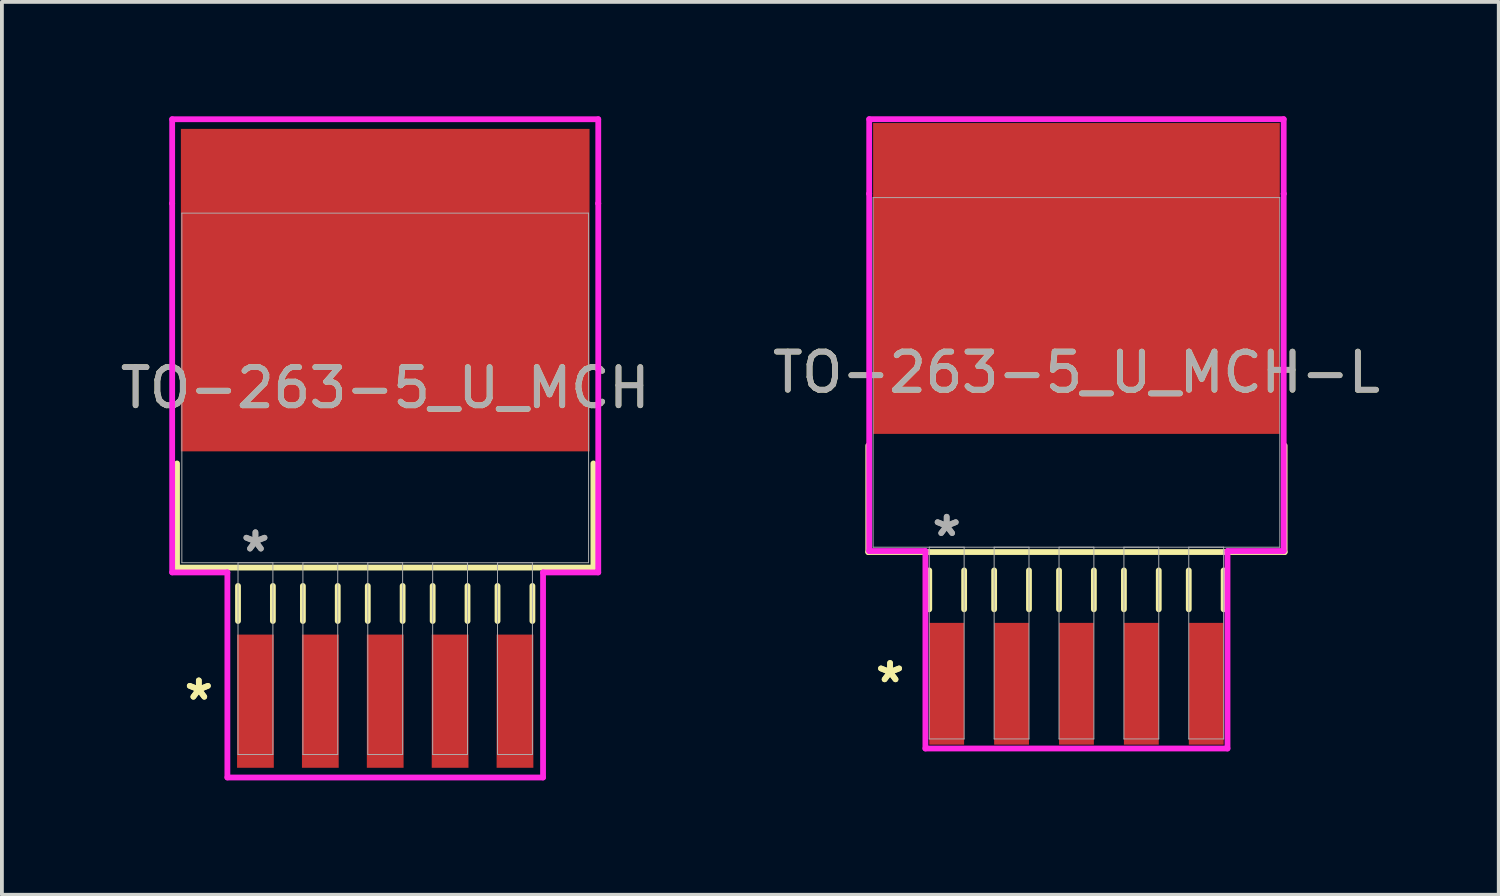
<source format=kicad_pcb>
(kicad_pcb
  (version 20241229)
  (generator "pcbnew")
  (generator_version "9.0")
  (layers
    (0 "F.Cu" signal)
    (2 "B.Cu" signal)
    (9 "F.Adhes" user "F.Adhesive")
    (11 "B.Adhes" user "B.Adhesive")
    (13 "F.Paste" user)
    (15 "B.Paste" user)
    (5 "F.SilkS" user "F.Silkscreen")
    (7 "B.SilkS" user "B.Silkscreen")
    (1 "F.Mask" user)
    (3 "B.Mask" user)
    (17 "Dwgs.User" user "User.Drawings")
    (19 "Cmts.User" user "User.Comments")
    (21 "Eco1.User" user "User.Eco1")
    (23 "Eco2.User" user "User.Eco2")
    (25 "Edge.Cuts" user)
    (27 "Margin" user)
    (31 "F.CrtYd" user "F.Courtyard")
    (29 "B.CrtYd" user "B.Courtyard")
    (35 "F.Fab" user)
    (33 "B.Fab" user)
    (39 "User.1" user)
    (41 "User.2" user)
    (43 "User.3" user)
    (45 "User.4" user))
  (footprint "TO-263-5_U_MCH-L"
    (layer "F.Cu")
    (at 25.185 6.718)
    (property "Reference" "TO-263-5_U_MCH-L" (at 0 0 0) (unlocked yes) (layer "F.SilkS") (effects (font (size 1 1) (thickness 0.15))))
    (attr smd)
    (fp_line (start -5.461 1.92) (end -5.461 4.712) (stroke (width 0.152) (type solid)) (layer "F.SilkS"))
    (fp_line (start -5.461 4.712) (end 5.461 4.712) (stroke (width 0.152) (type solid)) (layer "F.SilkS"))
    (fp_line (start -3.861 5.194) (end -3.861 6.214) (stroke (width 0.152) (type solid)) (layer "F.SilkS"))
    (fp_line (start -2.946 5.194) (end -2.946 6.214) (stroke (width 0.152) (type solid)) (layer "F.SilkS"))
    (fp_line (start -2.159 5.194) (end -2.159 6.214) (stroke (width 0.152) (type solid)) (layer "F.SilkS"))
    (fp_line (start -1.245 5.194) (end -1.245 6.214) (stroke (width 0.152) (type solid)) (layer "F.SilkS"))
    (fp_line (start -0.457 5.194) (end -0.457 6.214) (stroke (width 0.152) (type solid)) (layer "F.SilkS"))
    (fp_line (start 0.457 5.194) (end 0.457 6.214) (stroke (width 0.152) (type solid)) (layer "F.SilkS"))
    (fp_line (start 1.245 5.194) (end 1.245 6.214) (stroke (width 0.152) (type solid)) (layer "F.SilkS"))
    (fp_line (start 2.159 5.194) (end 2.159 6.214) (stroke (width 0.152) (type solid)) (layer "F.SilkS"))
    (fp_line (start 2.946 5.194) (end 2.946 6.214) (stroke (width 0.152) (type solid)) (layer "F.SilkS"))
    (fp_line (start 3.861 5.194) (end 3.861 6.214) (stroke (width 0.152) (type solid)) (layer "F.SilkS"))
    (fp_line (start 5.461 4.712) (end 5.461 1.92) (stroke (width 0.152) (type solid)) (layer "F.SilkS"))
    (fp_line (start -5.436 -6.642) (end 5.436 -6.642) (stroke (width 0.152) (type solid)) (layer "F.CrtYd"))
    (fp_line (start -5.436 -4.686) (end -5.436 -6.642) (stroke (width 0.152) (type solid)) (layer "F.CrtYd"))
    (fp_line (start -5.436 -4.686) (end -5.436 -4.686) (stroke (width 0.152) (type solid)) (layer "F.CrtYd"))
    (fp_line (start -5.436 4.686) (end -5.436 -4.686) (stroke (width 0.152) (type solid)) (layer "F.CrtYd"))
    (fp_line (start -3.962 4.686) (end -5.436 4.686) (stroke (width 0.152) (type solid)) (layer "F.CrtYd"))
    (fp_line (start -3.962 9.865) (end -3.962 4.686) (stroke (width 0.152) (type solid)) (layer "F.CrtYd"))
    (fp_line (start 3.962 4.686) (end 3.962 9.865) (stroke (width 0.152) (type solid)) (layer "F.CrtYd"))
    (fp_line (start 3.962 9.865) (end -3.962 9.865) (stroke (width 0.152) (type solid)) (layer "F.CrtYd"))
    (fp_line (start 5.436 -6.642) (end 5.436 -4.686) (stroke (width 0.152) (type solid)) (layer "F.CrtYd"))
    (fp_line (start 5.436 -4.686) (end 5.436 -4.686) (stroke (width 0.152) (type solid)) (layer "F.CrtYd"))
    (fp_line (start 5.436 -4.686) (end 5.436 4.686) (stroke (width 0.152) (type solid)) (layer "F.CrtYd"))
    (fp_line (start 5.436 4.686) (end 3.962 4.686) (stroke (width 0.152) (type solid)) (layer "F.CrtYd"))
    (fp_line (start -5.334 -4.585) (end -5.334 4.585) (stroke (width 0.025) (type solid)) (layer "F.Fab"))
    (fp_line (start -5.334 4.585) (end 5.334 4.585) (stroke (width 0.025) (type solid)) (layer "F.Fab"))
    (fp_line (start -3.861 4.585) (end -3.861 9.614) (stroke (width 0.025) (type solid)) (layer "F.Fab"))
    (fp_line (start -3.861 9.614) (end -2.946 9.614) (stroke (width 0.025) (type solid)) (layer "F.Fab"))
    (fp_line (start -2.946 4.585) (end -3.861 4.585) (stroke (width 0.025) (type solid)) (layer "F.Fab"))
    (fp_line (start -2.946 9.614) (end -2.946 4.585) (stroke (width 0.025) (type solid)) (layer "F.Fab"))
    (fp_line (start -2.159 4.585) (end -2.159 9.614) (stroke (width 0.025) (type solid)) (layer "F.Fab"))
    (fp_line (start -2.159 9.614) (end -1.245 9.614) (stroke (width 0.025) (type solid)) (layer "F.Fab"))
    (fp_line (start -1.245 4.585) (end -2.159 4.585) (stroke (width 0.025) (type solid)) (layer "F.Fab"))
    (fp_line (start -1.245 9.614) (end -1.245 4.585) (stroke (width 0.025) (type solid)) (layer "F.Fab"))
    (fp_line (start -0.457 4.585) (end -0.457 9.614) (stroke (width 0.025) (type solid)) (layer "F.Fab"))
    (fp_line (start -0.457 9.614) (end 0.457 9.614) (stroke (width 0.025) (type solid)) (layer "F.Fab"))
    (fp_line (start 0.457 4.585) (end -0.457 4.585) (stroke (width 0.025) (type solid)) (layer "F.Fab"))
    (fp_line (start 0.457 9.614) (end 0.457 4.585) (stroke (width 0.025) (type solid)) (layer "F.Fab"))
    (fp_line (start 1.245 4.585) (end 1.245 9.614) (stroke (width 0.025) (type solid)) (layer "F.Fab"))
    (fp_line (start 1.245 9.614) (end 2.159 9.614) (stroke (width 0.025) (type solid)) (layer "F.Fab"))
    (fp_line (start 2.159 4.585) (end 1.245 4.585) (stroke (width 0.025) (type solid)) (layer "F.Fab"))
    (fp_line (start 2.159 9.614) (end 2.159 4.585) (stroke (width 0.025) (type solid)) (layer "F.Fab"))
    (fp_line (start 2.946 4.585) (end 2.946 9.614) (stroke (width 0.025) (type solid)) (layer "F.Fab"))
    (fp_line (start 2.946 9.614) (end 3.861 9.614) (stroke (width 0.025) (type solid)) (layer "F.Fab"))
    (fp_line (start 3.861 4.585) (end 2.946 4.585) (stroke (width 0.025) (type solid)) (layer "F.Fab"))
    (fp_line (start 3.861 9.614) (end 3.861 4.585) (stroke (width 0.025) (type solid)) (layer "F.Fab"))
    (fp_line (start 5.334 -4.585) (end -5.334 -4.585) (stroke (width 0.025) (type solid)) (layer "F.Fab"))
    (fp_line (start 5.334 4.585) (end 5.334 -4.585) (stroke (width 0.025) (type solid)) (layer "F.Fab"))
    (fp_text user "*" (at -4.889 8.167 0) (unlocked yes) (layer "F.SilkS") (effects (font (size 1 1) (thickness 0.15))))
    (fp_text user "*" (at -4.889 8.167 0) (layer "F.SilkS") (effects (font (size 1 1) (thickness 0.15))))
    (fp_text user "${REFERENCE}" (at 0 0 0) (unlocked yes) (layer "F.Fab") (effects (font (size 1 1) (thickness 0.15))))
    (fp_text user "*" (at -3.404 4.331 0) (layer "F.Fab") (effects (font (size 1 1) (thickness 0.15))))
    (fp_text user "*" (at -3.404 4.331 0) (unlocked yes) (layer "F.Fab") (effects (font (size 1 1) (thickness 0.15))))
    (pad "1" smd rect (at -3.404 8.167) (size 0.914 3.194) (layers "F.Cu" "F.Mask" "F.Paste"))
    (pad "2" smd rect (at -1.702 8.167) (size 0.914 3.194) (layers "F.Cu" "F.Mask" "F.Paste"))
    (pad "3" smd rect (at 0 8.167) (size 0.914 3.194) (layers "F.Cu" "F.Mask" "F.Paste"))
    (pad "4" smd rect (at 1.702 8.167) (size 0.914 3.194) (layers "F.Cu" "F.Mask" "F.Paste"))
    (pad "5" smd rect (at 3.404 8.167) (size 0.914 3.194) (layers "F.Cu" "F.Mask" "F.Paste"))
    (pad "6" smd rect (at 0 -2.464) (size 10.668 8.153) (layers "F.Cu" "F.Mask" "F.Paste")))
  (footprint "TO-263-5_U_MCH"
    (layer "F.Cu")
    (at 7.054 7.125)
    (property "Reference" "TO-263-5_U_MCH" (at 0 0 0) (unlocked yes) (layer "F.SilkS") (effects (font (size 1 1) (thickness 0.15))))
    (attr smd)
    (fp_line (start -5.461 1.981) (end -5.461 4.712) (stroke (width 0.152) (type solid)) (layer "F.SilkS"))
    (fp_line (start -5.461 4.712) (end 5.461 4.712) (stroke (width 0.152) (type solid)) (layer "F.SilkS"))
    (fp_line (start -3.861 5.194) (end -3.861 6.114) (stroke (width 0.152) (type solid)) (layer "F.SilkS"))
    (fp_line (start -2.946 5.194) (end -2.946 6.114) (stroke (width 0.152) (type solid)) (layer "F.SilkS"))
    (fp_line (start -2.159 5.194) (end -2.159 6.114) (stroke (width 0.152) (type solid)) (layer "F.SilkS"))
    (fp_line (start -1.245 5.194) (end -1.245 6.114) (stroke (width 0.152) (type solid)) (layer "F.SilkS"))
    (fp_line (start -0.457 5.194) (end -0.457 6.114) (stroke (width 0.152) (type solid)) (layer "F.SilkS"))
    (fp_line (start 0.457 5.194) (end 0.457 6.114) (stroke (width 0.152) (type solid)) (layer "F.SilkS"))
    (fp_line (start 1.245 5.194) (end 1.245 6.114) (stroke (width 0.152) (type solid)) (layer "F.SilkS"))
    (fp_line (start 2.159 5.194) (end 2.159 6.114) (stroke (width 0.152) (type solid)) (layer "F.SilkS"))
    (fp_line (start 2.946 5.194) (end 2.946 6.114) (stroke (width 0.152) (type solid)) (layer "F.SilkS"))
    (fp_line (start 3.861 5.194) (end 3.861 6.114) (stroke (width 0.152) (type solid)) (layer "F.SilkS"))
    (fp_line (start 5.461 4.712) (end 5.461 1.981) (stroke (width 0.152) (type solid)) (layer "F.SilkS"))
    (fp_line (start -5.588 -7.048) (end 5.588 -7.048) (stroke (width 0.152) (type solid)) (layer "F.CrtYd"))
    (fp_line (start -5.588 -4.839) (end -5.588 -7.048) (stroke (width 0.152) (type solid)) (layer "F.CrtYd"))
    (fp_line (start -5.588 -4.839) (end -5.588 -4.839) (stroke (width 0.152) (type solid)) (layer "F.CrtYd"))
    (fp_line (start -5.588 4.839) (end -5.588 -4.839) (stroke (width 0.152) (type solid)) (layer "F.CrtYd"))
    (fp_line (start -4.14 4.839) (end -5.588 4.839) (stroke (width 0.152) (type solid)) (layer "F.CrtYd"))
    (fp_line (start -4.14 10.218) (end -4.14 4.839) (stroke (width 0.152) (type solid)) (layer "F.CrtYd"))
    (fp_line (start 4.14 4.839) (end 4.14 10.218) (stroke (width 0.152) (type solid)) (layer "F.CrtYd"))
    (fp_line (start 4.14 10.218) (end -4.14 10.218) (stroke (width 0.152) (type solid)) (layer "F.CrtYd"))
    (fp_line (start 5.588 -7.048) (end 5.588 -4.839) (stroke (width 0.152) (type solid)) (layer "F.CrtYd"))
    (fp_line (start 5.588 -4.839) (end 5.588 -4.839) (stroke (width 0.152) (type solid)) (layer "F.CrtYd"))
    (fp_line (start 5.588 -4.839) (end 5.588 4.839) (stroke (width 0.152) (type solid)) (layer "F.CrtYd"))
    (fp_line (start 5.588 4.839) (end 4.14 4.839) (stroke (width 0.152) (type solid)) (layer "F.CrtYd"))
    (fp_line (start -5.334 -4.585) (end -5.334 4.585) (stroke (width 0.025) (type solid)) (layer "F.Fab"))
    (fp_line (start -5.334 4.585) (end 5.334 4.585) (stroke (width 0.025) (type solid)) (layer "F.Fab"))
    (fp_line (start -3.861 4.585) (end -3.861 9.614) (stroke (width 0.025) (type solid)) (layer "F.Fab"))
    (fp_line (start -3.861 9.614) (end -2.946 9.614) (stroke (width 0.025) (type solid)) (layer "F.Fab"))
    (fp_line (start -2.946 4.585) (end -3.861 4.585) (stroke (width 0.025) (type solid)) (layer "F.Fab"))
    (fp_line (start -2.946 9.614) (end -2.946 4.585) (stroke (width 0.025) (type solid)) (layer "F.Fab"))
    (fp_line (start -2.159 4.585) (end -2.159 9.614) (stroke (width 0.025) (type solid)) (layer "F.Fab"))
    (fp_line (start -2.159 9.614) (end -1.245 9.614) (stroke (width 0.025) (type solid)) (layer "F.Fab"))
    (fp_line (start -1.245 4.585) (end -2.159 4.585) (stroke (width 0.025) (type solid)) (layer "F.Fab"))
    (fp_line (start -1.245 9.614) (end -1.245 4.585) (stroke (width 0.025) (type solid)) (layer "F.Fab"))
    (fp_line (start -0.457 4.585) (end -0.457 9.614) (stroke (width 0.025) (type solid)) (layer "F.Fab"))
    (fp_line (start -0.457 9.614) (end 0.457 9.614) (stroke (width 0.025) (type solid)) (layer "F.Fab"))
    (fp_line (start 0.457 4.585) (end -0.457 4.585) (stroke (width 0.025) (type solid)) (layer "F.Fab"))
    (fp_line (start 0.457 9.614) (end 0.457 4.585) (stroke (width 0.025) (type solid)) (layer "F.Fab"))
    (fp_line (start 1.245 4.585) (end 1.245 9.614) (stroke (width 0.025) (type solid)) (layer "F.Fab"))
    (fp_line (start 1.245 9.614) (end 2.159 9.614) (stroke (width 0.025) (type solid)) (layer "F.Fab"))
    (fp_line (start 2.159 4.585) (end 1.245 4.585) (stroke (width 0.025) (type solid)) (layer "F.Fab"))
    (fp_line (start 2.159 9.614) (end 2.159 4.585) (stroke (width 0.025) (type solid)) (layer "F.Fab"))
    (fp_line (start 2.946 4.585) (end 2.946 9.614) (stroke (width 0.025) (type solid)) (layer "F.Fab"))
    (fp_line (start 2.946 9.614) (end 3.861 9.614) (stroke (width 0.025) (type solid)) (layer "F.Fab"))
    (fp_line (start 3.861 4.585) (end 2.946 4.585) (stroke (width 0.025) (type solid)) (layer "F.Fab"))
    (fp_line (start 3.861 9.614) (end 3.861 4.585) (stroke (width 0.025) (type solid)) (layer "F.Fab"))
    (fp_line (start 5.334 -4.585) (end -5.334 -4.585) (stroke (width 0.025) (type solid)) (layer "F.Fab"))
    (fp_line (start 5.334 4.585) (end 5.334 -4.585) (stroke (width 0.025) (type solid)) (layer "F.Fab"))
    (fp_text user "*" (at -4.889 8.217 0) (layer "F.SilkS") (effects (font (size 1 1) (thickness 0.15))))
    (fp_text user "*" (at -4.889 8.217 0) (unlocked yes) (layer "F.SilkS") (effects (font (size 1 1) (thickness 0.15))))
    (fp_text user "*" (at -3.404 4.331 0) (unlocked yes) (layer "F.Fab") (effects (font (size 1 1) (thickness 0.15))))
    (fp_text user "${REFERENCE}" (at 0 0 0) (unlocked yes) (layer "F.Fab") (effects (font (size 1 1) (thickness 0.15))))
    (fp_text user "*" (at -3.404 4.331 0) (layer "F.Fab") (effects (font (size 1 1) (thickness 0.15))))
    (pad "1" smd rect (at -3.404 8.217) (size 0.964 3.494) (layers "F.Cu" "F.Mask" "F.Paste"))
    (pad "2" smd rect (at -1.702 8.217) (size 0.964 3.494) (layers "F.Cu" "F.Mask" "F.Paste"))
    (pad "3" smd rect (at 0 8.217) (size 0.964 3.494) (layers "F.Cu" "F.Mask" "F.Paste"))
    (pad "4" smd rect (at 1.702 8.217) (size 0.964 3.494) (layers "F.Cu" "F.Mask" "F.Paste"))
    (pad "5" smd rect (at 3.404 8.217) (size 0.964 3.494) (layers "F.Cu" "F.Mask" "F.Paste"))
    (pad "6" smd rect (at 0 -2.565) (size 10.719 8.458) (layers "F.Cu" "F.Mask" "F.Paste")))
  (gr_rect
    (start -3 -3)
    (end 36.262 20.419)
    (stroke (width 0.1) (type default))
    (fill no)
    (layer "Edge.Cuts")))
</source>
